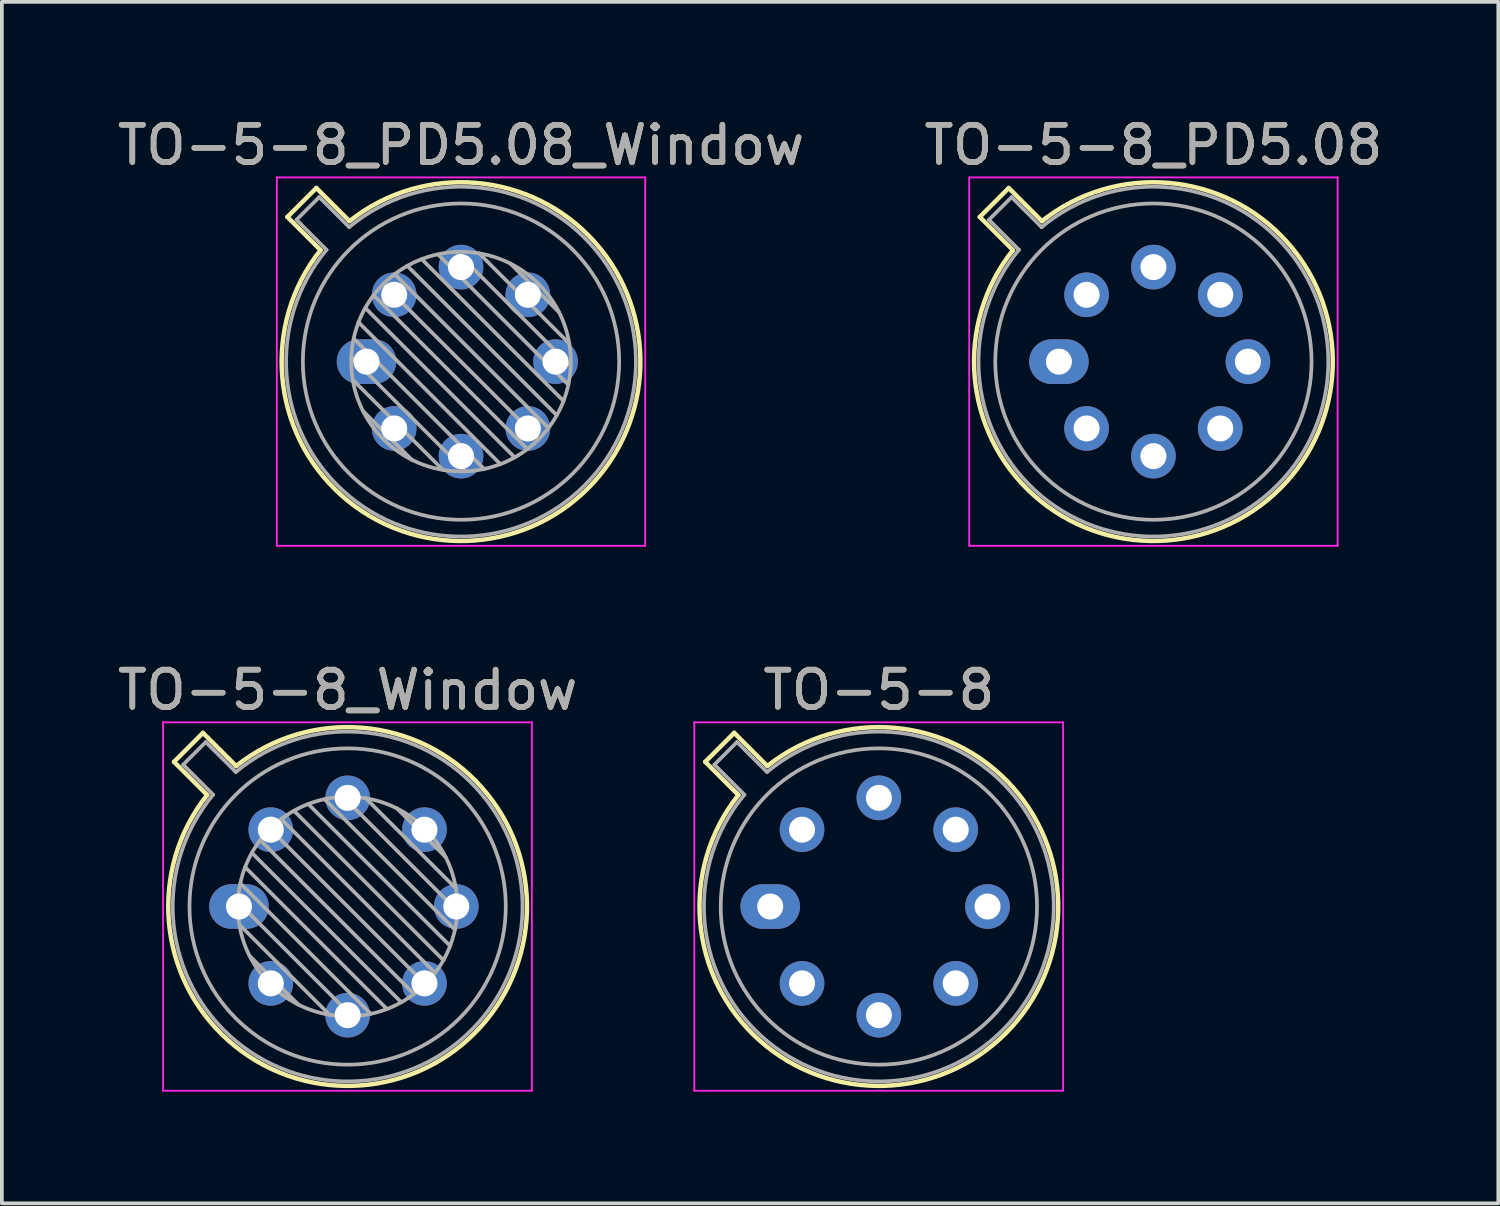
<source format=kicad_pcb>
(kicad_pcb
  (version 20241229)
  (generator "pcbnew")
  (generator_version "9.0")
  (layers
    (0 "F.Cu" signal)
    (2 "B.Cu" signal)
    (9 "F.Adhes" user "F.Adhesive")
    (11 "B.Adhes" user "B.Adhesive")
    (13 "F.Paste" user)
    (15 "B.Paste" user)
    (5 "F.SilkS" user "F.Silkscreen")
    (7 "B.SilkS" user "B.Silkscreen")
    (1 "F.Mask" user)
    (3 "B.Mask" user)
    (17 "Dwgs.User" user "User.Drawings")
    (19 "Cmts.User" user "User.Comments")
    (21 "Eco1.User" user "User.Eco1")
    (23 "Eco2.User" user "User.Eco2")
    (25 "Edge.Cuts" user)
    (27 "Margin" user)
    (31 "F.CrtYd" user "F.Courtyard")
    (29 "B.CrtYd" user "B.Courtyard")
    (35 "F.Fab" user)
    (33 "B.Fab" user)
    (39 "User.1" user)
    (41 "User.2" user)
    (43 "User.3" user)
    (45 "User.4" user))
  (footprint "TO-5-8_Window"
    (layer "F.Cu")
    (at 3.372 21.311)
    (property "Reference" "TO-5-8_Window" (at 2.92 -5.82 0) (layer "F.SilkS") (effects (font (size 1 1) (thickness 0.15))))
    (attr through_hole)
    (fp_line (start -1.746 -3.888) (end -0.855 -2.997) (stroke (width 0.12) (type solid)) (layer "F.SilkS"))
    (fp_line (start -0.968 -4.666) (end -1.746 -3.888) (stroke (width 0.12) (type solid)) (layer "F.SilkS"))
    (fp_line (start -0.077 -3.775) (end -0.968 -4.666) (stroke (width 0.12) (type solid)) (layer "F.SilkS"))
    (fp_arc (start -0.077084 -3.774902) (mid 6.328125 3.408384) (end -0.854674 -2.997371) (stroke (width 0.12) (type solid)) (layer "F.SilkS"))
    (fp_line (start -2.04 -4.95) (end -2.04 4.95) (stroke (width 0.05) (type solid)) (layer "F.CrtYd"))
    (fp_line (start -2.04 4.95) (end 7.87 4.95) (stroke (width 0.05) (type solid)) (layer "F.CrtYd"))
    (fp_line (start 7.87 -4.95) (end -2.04 -4.95) (stroke (width 0.05) (type solid)) (layer "F.CrtYd"))
    (fp_line (start 7.87 4.95) (end 7.87 -4.95) (stroke (width 0.05) (type solid)) (layer "F.CrtYd"))
    (fp_line (start -1.5 -3.812) (end -0.694 -3.005) (stroke (width 0.1) (type solid)) (layer "F.Fab"))
    (fp_line (start -0.892 -4.42) (end -1.5 -3.812) (stroke (width 0.1) (type solid)) (layer "F.Fab"))
    (fp_line (start -0.085 -3.614) (end -0.892 -4.42) (stroke (width 0.1) (type solid)) (layer "F.Fab"))
    (fp_line (start -0.028 -0.12) (end 3.04 2.948) (stroke (width 0.1) (type solid)) (layer "F.Fab"))
    (fp_line (start 0.009 0.485) (end 2.435 2.911) (stroke (width 0.1) (type solid)) (layer "F.Fab"))
    (fp_line (start 0.036 -0.622) (end 3.542 2.884) (stroke (width 0.1) (type solid)) (layer "F.Fab"))
    (fp_line (start 0.165 -1.058) (end 3.978 2.755) (stroke (width 0.1) (type solid)) (layer "F.Fab"))
    (fp_line (start 0.283 1.324) (end 1.596 2.637) (stroke (width 0.1) (type solid)) (layer "F.Fab"))
    (fp_line (start 0.346 -1.443) (end 4.363 2.574) (stroke (width 0.1) (type solid)) (layer "F.Fab"))
    (fp_line (start 0.57 -1.784) (end 4.704 2.35) (stroke (width 0.1) (type solid)) (layer "F.Fab"))
    (fp_line (start 0.834 -2.086) (end 5.006 2.086) (stroke (width 0.1) (type solid)) (layer "F.Fab"))
    (fp_line (start 1.136 -2.35) (end 5.27 1.784) (stroke (width 0.1) (type solid)) (layer "F.Fab"))
    (fp_line (start 1.477 -2.574) (end 5.494 1.443) (stroke (width 0.1) (type solid)) (layer "F.Fab"))
    (fp_line (start 1.862 -2.755) (end 5.675 1.058) (stroke (width 0.1) (type solid)) (layer "F.Fab"))
    (fp_line (start 2.298 -2.884) (end 5.804 0.622) (stroke (width 0.1) (type solid)) (layer "F.Fab"))
    (fp_line (start 2.8 -2.948) (end 5.868 0.12) (stroke (width 0.1) (type solid)) (layer "F.Fab"))
    (fp_line (start 3.405 -2.911) (end 5.831 -0.485) (stroke (width 0.1) (type solid)) (layer "F.Fab"))
    (fp_line (start 4.244 -2.637) (end 5.557 -1.324) (stroke (width 0.1) (type solid)) (layer "F.Fab"))
    (fp_arc (start -0.085408 -3.61352) (mid 6.243443 3.323361) (end -0.693594 -3.005319) (stroke (width 0.1) (type solid)) (layer "F.Fab"))
    (fp_circle (center 2.92 0) (end 5.87 0) (stroke (width 0.1) (type solid)) (fill no) (layer "F.Fab"))
    (fp_circle (center 2.92 0) (end 7.17 0) (stroke (width 0.1) (type solid)) (fill no) (layer "F.Fab"))
    (fp_text user "${REFERENCE}" (at 2.92 -5.82 0) (layer "F.Fab") (effects (font (size 1 1) (thickness 0.15))))
    (pad "1" thru_hole oval (at 0 0) (size 1.6 1.2) (drill 0.7) (layers "*.Cu" "*.Mask"))
    (pad "2" thru_hole oval (at 0.855 2.065) (size 1.2 1.2) (drill 0.7) (layers "*.Cu" "*.Mask"))
    (pad "3" thru_hole oval (at 2.92 2.92) (size 1.2 1.2) (drill 0.7) (layers "*.Cu" "*.Mask"))
    (pad "4" thru_hole oval (at 4.985 2.065) (size 1.2 1.2) (drill 0.7) (layers "*.Cu" "*.Mask"))
    (pad "5" thru_hole oval (at 5.84 0) (size 1.2 1.2) (drill 0.7) (layers "*.Cu" "*.Mask"))
    (pad "6" thru_hole oval (at 4.985 -2.065) (size 1.2 1.2) (drill 0.7) (layers "*.Cu" "*.Mask"))
    (pad "7" thru_hole oval (at 2.92 -2.92) (size 1.2 1.2) (drill 0.7) (layers "*.Cu" "*.Mask"))
    (pad "8" thru_hole oval (at 0.855 -2.065) (size 1.2 1.2) (drill 0.7) (layers "*.Cu" "*.Mask")))
  (footprint "TO-5-8"
    (layer "F.Cu")
    (at 17.648 21.311)
    (property "Reference" "TO-5-8" (at 2.92 -5.82 0) (layer "F.SilkS") (effects (font (size 1 1) (thickness 0.15))))
    (attr through_hole)
    (fp_line (start -1.746 -3.888) (end -0.855 -2.997) (stroke (width 0.12) (type solid)) (layer "F.SilkS"))
    (fp_line (start -0.968 -4.666) (end -1.746 -3.888) (stroke (width 0.12) (type solid)) (layer "F.SilkS"))
    (fp_line (start -0.077 -3.775) (end -0.968 -4.666) (stroke (width 0.12) (type solid)) (layer "F.SilkS"))
    (fp_arc (start -0.077084 -3.774902) (mid 6.328125 3.408384) (end -0.854674 -2.997371) (stroke (width 0.12) (type solid)) (layer "F.SilkS"))
    (fp_line (start -2.04 -4.95) (end -2.04 4.95) (stroke (width 0.05) (type solid)) (layer "F.CrtYd"))
    (fp_line (start -2.04 4.95) (end 7.87 4.95) (stroke (width 0.05) (type solid)) (layer "F.CrtYd"))
    (fp_line (start 7.87 -4.95) (end -2.04 -4.95) (stroke (width 0.05) (type solid)) (layer "F.CrtYd"))
    (fp_line (start 7.87 4.95) (end 7.87 -4.95) (stroke (width 0.05) (type solid)) (layer "F.CrtYd"))
    (fp_line (start -1.5 -3.812) (end -0.694 -3.005) (stroke (width 0.1) (type solid)) (layer "F.Fab"))
    (fp_line (start -0.892 -4.42) (end -1.5 -3.812) (stroke (width 0.1) (type solid)) (layer "F.Fab"))
    (fp_line (start -0.085 -3.614) (end -0.892 -4.42) (stroke (width 0.1) (type solid)) (layer "F.Fab"))
    (fp_arc (start -0.085408 -3.61352) (mid 6.243443 3.323361) (end -0.693594 -3.005319) (stroke (width 0.1) (type solid)) (layer "F.Fab"))
    (fp_circle (center 2.92 0) (end 7.17 0) (stroke (width 0.1) (type solid)) (fill no) (layer "F.Fab"))
    (fp_text user "${REFERENCE}" (at 2.92 -5.82 0) (layer "F.Fab") (effects (font (size 1 1) (thickness 0.15))))
    (pad "1" thru_hole oval (at 0 0) (size 1.6 1.2) (drill 0.7) (layers "*.Cu" "*.Mask"))
    (pad "2" thru_hole oval (at 0.855 2.065) (size 1.2 1.2) (drill 0.7) (layers "*.Cu" "*.Mask"))
    (pad "3" thru_hole oval (at 2.92 2.92) (size 1.2 1.2) (drill 0.7) (layers "*.Cu" "*.Mask"))
    (pad "4" thru_hole oval (at 4.985 2.065) (size 1.2 1.2) (drill 0.7) (layers "*.Cu" "*.Mask"))
    (pad "5" thru_hole oval (at 5.84 0) (size 1.2 1.2) (drill 0.7) (layers "*.Cu" "*.Mask"))
    (pad "6" thru_hole oval (at 4.985 -2.065) (size 1.2 1.2) (drill 0.7) (layers "*.Cu" "*.Mask"))
    (pad "7" thru_hole oval (at 2.92 -2.92) (size 1.2 1.2) (drill 0.7) (layers "*.Cu" "*.Mask"))
    (pad "8" thru_hole oval (at 0.855 -2.065) (size 1.2 1.2) (drill 0.7) (layers "*.Cu" "*.Mask")))
  (footprint "TO-5-8_PD5.08_Window"
    (layer "F.Cu")
    (at 6.799 6.668)
    (property "Reference" "TO-5-8_PD5.08_Window" (at 2.54 -5.82 0) (layer "F.SilkS") (effects (font (size 1 1) (thickness 0.15))))
    (attr through_hole)
    (fp_line (start -2.126 -3.888) (end -1.235 -2.997) (stroke (width 0.12) (type solid)) (layer "F.SilkS"))
    (fp_line (start -1.348 -4.666) (end -2.126 -3.888) (stroke (width 0.12) (type solid)) (layer "F.SilkS"))
    (fp_line (start -0.457 -3.775) (end -1.348 -4.666) (stroke (width 0.12) (type solid)) (layer "F.SilkS"))
    (fp_arc (start -0.457084 -3.774902) (mid 5.948125 3.408384) (end -1.234674 -2.997371) (stroke (width 0.12) (type solid)) (layer "F.SilkS"))
    (fp_line (start -2.41 -4.95) (end -2.41 4.95) (stroke (width 0.05) (type solid)) (layer "F.CrtYd"))
    (fp_line (start -2.41 4.95) (end 7.49 4.95) (stroke (width 0.05) (type solid)) (layer "F.CrtYd"))
    (fp_line (start 7.49 -4.95) (end -2.41 -4.95) (stroke (width 0.05) (type solid)) (layer "F.CrtYd"))
    (fp_line (start 7.49 4.95) (end 7.49 -4.95) (stroke (width 0.05) (type solid)) (layer "F.CrtYd"))
    (fp_line (start -1.88 -3.812) (end -1.074 -3.005) (stroke (width 0.1) (type solid)) (layer "F.Fab"))
    (fp_line (start -1.272 -4.42) (end -1.88 -3.812) (stroke (width 0.1) (type solid)) (layer "F.Fab"))
    (fp_line (start -0.465 -3.614) (end -1.272 -4.42) (stroke (width 0.1) (type solid)) (layer "F.Fab"))
    (fp_line (start -0.408 -0.12) (end 2.66 2.948) (stroke (width 0.1) (type solid)) (layer "F.Fab"))
    (fp_line (start -0.371 0.485) (end 2.055 2.911) (stroke (width 0.1) (type solid)) (layer "F.Fab"))
    (fp_line (start -0.344 -0.622) (end 3.162 2.884) (stroke (width 0.1) (type solid)) (layer "F.Fab"))
    (fp_line (start -0.215 -1.058) (end 3.598 2.755) (stroke (width 0.1) (type solid)) (layer "F.Fab"))
    (fp_line (start -0.097 1.324) (end 1.216 2.637) (stroke (width 0.1) (type solid)) (layer "F.Fab"))
    (fp_line (start -0.034 -1.443) (end 3.983 2.574) (stroke (width 0.1) (type solid)) (layer "F.Fab"))
    (fp_line (start 0.19 -1.784) (end 4.324 2.35) (stroke (width 0.1) (type solid)) (layer "F.Fab"))
    (fp_line (start 0.454 -2.086) (end 4.626 2.086) (stroke (width 0.1) (type solid)) (layer "F.Fab"))
    (fp_line (start 0.756 -2.35) (end 4.89 1.784) (stroke (width 0.1) (type solid)) (layer "F.Fab"))
    (fp_line (start 1.097 -2.574) (end 5.114 1.443) (stroke (width 0.1) (type solid)) (layer "F.Fab"))
    (fp_line (start 1.482 -2.755) (end 5.295 1.058) (stroke (width 0.1) (type solid)) (layer "F.Fab"))
    (fp_line (start 1.918 -2.884) (end 5.424 0.622) (stroke (width 0.1) (type solid)) (layer "F.Fab"))
    (fp_line (start 2.42 -2.948) (end 5.488 0.12) (stroke (width 0.1) (type solid)) (layer "F.Fab"))
    (fp_line (start 3.025 -2.911) (end 5.451 -0.485) (stroke (width 0.1) (type solid)) (layer "F.Fab"))
    (fp_line (start 3.864 -2.637) (end 5.177 -1.324) (stroke (width 0.1) (type solid)) (layer "F.Fab"))
    (fp_arc (start -0.465408 -3.61352) (mid 5.863443 3.323361) (end -1.073594 -3.005319) (stroke (width 0.1) (type solid)) (layer "F.Fab"))
    (fp_circle (center 2.54 0) (end 5.49 0) (stroke (width 0.1) (type solid)) (fill no) (layer "F.Fab"))
    (fp_circle (center 2.54 0) (end 6.79 0) (stroke (width 0.1) (type solid)) (fill no) (layer "F.Fab"))
    (fp_text user "${REFERENCE}" (at 2.54 -5.82 0) (layer "F.Fab") (effects (font (size 1 1) (thickness 0.15))))
    (pad "1" thru_hole oval (at 0 0) (size 1.6 1.2) (drill 0.7) (layers "*.Cu" "*.Mask"))
    (pad "2" thru_hole oval (at 0.744 1.796) (size 1.2 1.2) (drill 0.7) (layers "*.Cu" "*.Mask"))
    (pad "3" thru_hole oval (at 2.54 2.54) (size 1.2 1.2) (drill 0.7) (layers "*.Cu" "*.Mask"))
    (pad "4" thru_hole oval (at 4.336 1.796) (size 1.2 1.2) (drill 0.7) (layers "*.Cu" "*.Mask"))
    (pad "5" thru_hole oval (at 5.08 0) (size 1.2 1.2) (drill 0.7) (layers "*.Cu" "*.Mask"))
    (pad "6" thru_hole oval (at 4.336 -1.796) (size 1.2 1.2) (drill 0.7) (layers "*.Cu" "*.Mask"))
    (pad "7" thru_hole oval (at 2.54 -2.54) (size 1.2 1.2) (drill 0.7) (layers "*.Cu" "*.Mask"))
    (pad "8" thru_hole oval (at 0.744 -1.796) (size 1.2 1.2) (drill 0.7) (layers "*.Cu" "*.Mask")))
  (footprint "TO-5-8_PD5.08"
    (layer "F.Cu")
    (at 25.406 6.668)
    (property "Reference" "TO-5-8_PD5.08" (at 2.54 -5.82 0) (layer "F.SilkS") (effects (font (size 1 1) (thickness 0.15))))
    (attr through_hole)
    (fp_line (start -2.126 -3.888) (end -1.235 -2.997) (stroke (width 0.12) (type solid)) (layer "F.SilkS"))
    (fp_line (start -1.348 -4.666) (end -2.126 -3.888) (stroke (width 0.12) (type solid)) (layer "F.SilkS"))
    (fp_line (start -0.457 -3.775) (end -1.348 -4.666) (stroke (width 0.12) (type solid)) (layer "F.SilkS"))
    (fp_arc (start -0.457084 -3.774902) (mid 5.948125 3.408384) (end -1.234674 -2.997371) (stroke (width 0.12) (type solid)) (layer "F.SilkS"))
    (fp_line (start -2.41 -4.95) (end -2.41 4.95) (stroke (width 0.05) (type solid)) (layer "F.CrtYd"))
    (fp_line (start -2.41 4.95) (end 7.49 4.95) (stroke (width 0.05) (type solid)) (layer "F.CrtYd"))
    (fp_line (start 7.49 -4.95) (end -2.41 -4.95) (stroke (width 0.05) (type solid)) (layer "F.CrtYd"))
    (fp_line (start 7.49 4.95) (end 7.49 -4.95) (stroke (width 0.05) (type solid)) (layer "F.CrtYd"))
    (fp_line (start -1.88 -3.812) (end -1.074 -3.005) (stroke (width 0.1) (type solid)) (layer "F.Fab"))
    (fp_line (start -1.272 -4.42) (end -1.88 -3.812) (stroke (width 0.1) (type solid)) (layer "F.Fab"))
    (fp_line (start -0.465 -3.614) (end -1.272 -4.42) (stroke (width 0.1) (type solid)) (layer "F.Fab"))
    (fp_arc (start -0.465408 -3.61352) (mid 5.863443 3.323361) (end -1.073594 -3.005319) (stroke (width 0.1) (type solid)) (layer "F.Fab"))
    (fp_circle (center 2.54 0) (end 6.79 0) (stroke (width 0.1) (type solid)) (fill no) (layer "F.Fab"))
    (fp_text user "${REFERENCE}" (at 2.54 -5.82 0) (layer "F.Fab") (effects (font (size 1 1) (thickness 0.15))))
    (pad "1" thru_hole oval (at 0 0) (size 1.6 1.2) (drill 0.7) (layers "*.Cu" "*.Mask"))
    (pad "2" thru_hole oval (at 0.744 1.796) (size 1.2 1.2) (drill 0.7) (layers "*.Cu" "*.Mask"))
    (pad "3" thru_hole oval (at 2.54 2.54) (size 1.2 1.2) (drill 0.7) (layers "*.Cu" "*.Mask"))
    (pad "4" thru_hole oval (at 4.336 1.796) (size 1.2 1.2) (drill 0.7) (layers "*.Cu" "*.Mask"))
    (pad "5" thru_hole oval (at 5.08 0) (size 1.2 1.2) (drill 0.7) (layers "*.Cu" "*.Mask"))
    (pad "6" thru_hole oval (at 4.336 -1.796) (size 1.2 1.2) (drill 0.7) (layers "*.Cu" "*.Mask"))
    (pad "7" thru_hole oval (at 2.54 -2.54) (size 1.2 1.2) (drill 0.7) (layers "*.Cu" "*.Mask"))
    (pad "8" thru_hole oval (at 0.744 -1.796) (size 1.2 1.2) (drill 0.7) (layers "*.Cu" "*.Mask")))
  (gr_rect
    (start -3 -3)
    (end 37.214 29.287)
    (stroke (width 0.1) (type default))
    (fill no)
    (layer "Edge.Cuts")))
</source>
